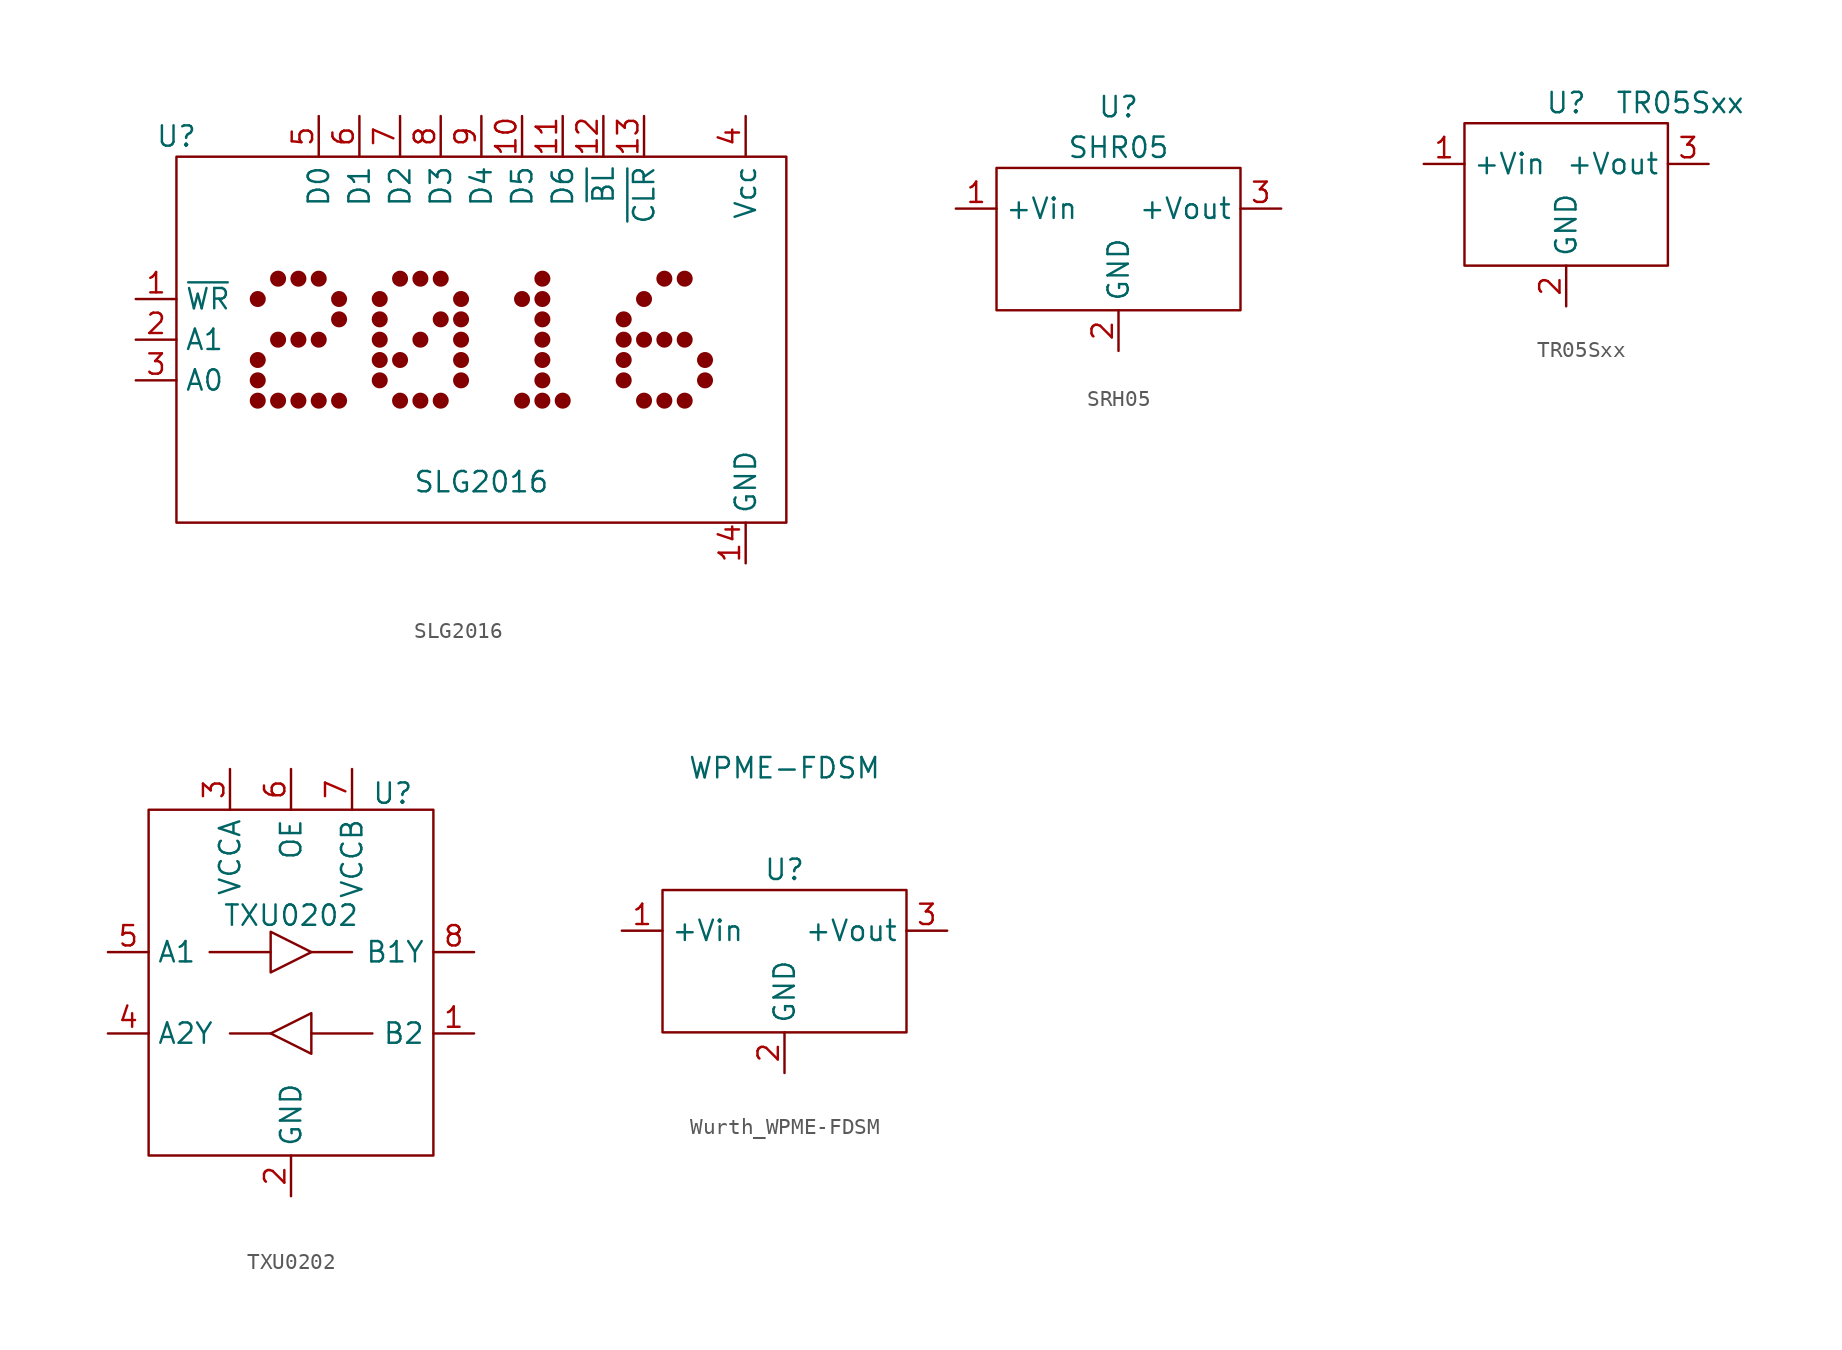
<source format=kicad_sym>
(kicad_symbol_lib
  (version 20231120)
  (generator "kicad_symbol_editor")
  (generator_version "8.0")
  (symbol "SLG2016"
    (property "Reference" "U"
      (at -19.05 12.7 0)
      (effects (font (size 1.27 1.27))))
    (property "Value" "SLG2016"
      (at 0 -8.89 0)
      (effects (font (size 1.27 1.27))))
    (symbol "SLG2016_0_1"
      (rectangle (start -19.05 11.43) (end 19.05 -11.43) (stroke (width 0) (type default)) (fill (type none))))
    (symbol "SLG2016_1_1"
      (circle (center -13.97 -3.81) (radius 0.0001) (stroke (width 0.5) (type default)) (fill (type none)))
      (circle (center -13.97 -2.54) (radius 0.0001) (stroke (width 0.5) (type default)) (fill (type none)))
      (circle (center -13.97 -1.27) (radius 0.0001) (stroke (width 0.5) (type default)) (fill (type none)))
      (circle (center -13.97 2.54) (radius 0.0001) (stroke (width 0.5) (type default)) (fill (type none)))
      (circle (center -12.7 -3.81) (radius 0.0001) (stroke (width 0.5) (type default)) (fill (type none)))
      (circle (center -12.7 0) (radius 0.0001) (stroke (width 0.5) (type default)) (fill (type none)))
      (circle (center -12.7 3.81) (radius 0.0001) (stroke (width 0.5) (type default)) (fill (type none)))
      (circle (center -11.43 -3.81) (radius 0.0001) (stroke (width 0.5) (type default)) (fill (type none)))
      (circle (center -11.43 0) (radius 0.0001) (stroke (width 0.5) (type default)) (fill (type none)))
      (circle (center -11.43 3.81) (radius 0.0001) (stroke (width 0.5) (type default)) (fill (type none)))
      (circle (center -10.16 -3.81) (radius 0.0001) (stroke (width 0.5) (type default)) (fill (type none)))
      (circle (center -10.16 0) (radius 0.0001) (stroke (width 0.5) (type default)) (fill (type none)))
      (circle (center -10.16 3.81) (radius 0.0001) (stroke (width 0.5) (type default)) (fill (type none)))
      (circle (center -8.89 -3.81) (radius 0.0001) (stroke (width 0.5) (type default)) (fill (type none)))
      (circle (center -8.89 1.27) (radius 0.0001) (stroke (width 0.5) (type default)) (fill (type none)))
      (circle (center -8.89 2.54) (radius 0.0001) (stroke (width 0.5) (type default)) (fill (type none)))
      (circle (center -6.35 -2.54) (radius 0.0001) (stroke (width 0.5) (type default)) (fill (type none)))
      (circle (center -6.35 -1.27) (radius 0.0001) (stroke (width 0.5) (type default)) (fill (type none)))
      (circle (center -6.35 0) (radius 0.0001) (stroke (width 0.5) (type default)) (fill (type none)))
      (circle (center -6.35 1.27) (radius 0.0001) (stroke (width 0.5) (type default)) (fill (type none)))
      (circle (center -6.35 2.54) (radius 0.0001) (stroke (width 0.5) (type default)) (fill (type none)))
      (circle (center -5.08 -3.81) (radius 0.0001) (stroke (width 0.5) (type default)) (fill (type none)))
      (circle (center -5.08 -1.27) (radius 0.0001) (stroke (width 0.5) (type default)) (fill (type none)))
      (circle (center -5.08 3.81) (radius 0.0001) (stroke (width 0.5) (type default)) (fill (type none)))
      (circle (center -3.81 -3.81) (radius 0.0001) (stroke (width 0.5) (type default)) (fill (type none)))
      (circle (center -3.81 0) (radius 0.0001) (stroke (width 0.5) (type default)) (fill (type none)))
      (circle (center -3.81 3.81) (radius 0.0001) (stroke (width 0.5) (type default)) (fill (type none)))
      (circle (center -2.54 -3.81) (radius 0.0001) (stroke (width 0.5) (type default)) (fill (type none)))
      (circle (center -2.54 1.27) (radius 0.0001) (stroke (width 0.5) (type default)) (fill (type none)))
      (circle (center -2.54 3.81) (radius 0.0001) (stroke (width 0.5) (type default)) (fill (type none)))
      (circle (center -1.27 -2.54) (radius 0.0001) (stroke (width 0.5) (type default)) (fill (type none)))
      (circle (center -1.27 -1.27) (radius 0.0001) (stroke (width 0.5) (type default)) (fill (type none)))
      (circle (center -1.27 0) (radius 0.0001) (stroke (width 0.5) (type default)) (fill (type none)))
      (circle (center -1.27 1.27) (radius 0.0001) (stroke (width 0.5) (type default)) (fill (type none)))
      (circle (center -1.27 2.54) (radius 0.0001) (stroke (width 0.5) (type default)) (fill (type none)))
      (circle (center 2.54 -3.81) (radius 0.0001) (stroke (width 0.5) (type default)) (fill (type none)))
      (circle (center 2.54 2.54) (radius 0.0001) (stroke (width 0.5) (type default)) (fill (type none)))
      (circle (center 3.81 -3.81) (radius 0.0001) (stroke (width 0.5) (type default)) (fill (type none)))
      (circle (center 3.81 -2.54) (radius 0.0001) (stroke (width 0.5) (type default)) (fill (type none)))
      (circle (center 3.81 -1.27) (radius 0.0001) (stroke (width 0.5) (type default)) (fill (type none)))
      (circle (center 3.81 0) (radius 0.0001) (stroke (width 0.5) (type default)) (fill (type none)))
      (circle (center 3.81 1.27) (radius 0.0001) (stroke (width 0.5) (type default)) (fill (type none)))
      (circle (center 3.81 2.54) (radius 0.0001) (stroke (width 0.5) (type default)) (fill (type none)))
      (circle (center 3.81 3.81) (radius 0.0001) (stroke (width 0.5) (type default)) (fill (type none)))
      (circle (center 5.08 -3.81) (radius 0.0001) (stroke (width 0.5) (type default)) (fill (type none)))
      (circle (center 8.89 -2.54) (radius 0.0001) (stroke (width 0.5) (type default)) (fill (type none)))
      (circle (center 8.89 -1.27) (radius 0.0001) (stroke (width 0.5) (type default)) (fill (type none)))
      (circle (center 8.89 0) (radius 0.0001) (stroke (width 0.5) (type default)) (fill (type none)))
      (circle (center 8.89 1.27) (radius 0.0001) (stroke (width 0.5) (type default)) (fill (type none)))
      (circle (center 10.16 -3.81) (radius 0.0001) (stroke (width 0.5) (type default)) (fill (type none)))
      (circle (center 10.16 0) (radius 0.0001) (stroke (width 0.5) (type default)) (fill (type none)))
      (circle (center 10.16 2.54) (radius 0.0001) (stroke (width 0.5) (type default)) (fill (type none)))
      (circle (center 11.43 -3.81) (radius 0.0001) (stroke (width 0.5) (type default)) (fill (type none)))
      (circle (center 11.43 0) (radius 0.0001) (stroke (width 0.5) (type default)) (fill (type none)))
      (circle (center 11.43 3.81) (radius 0.0001) (stroke (width 0.5) (type default)) (fill (type none)))
      (circle (center 12.7 -3.81) (radius 0.0001) (stroke (width 0.5) (type default)) (fill (type none)))
      (circle (center 12.7 0) (radius 0.0001) (stroke (width 0.5) (type default)) (fill (type none)))
      (circle (center 12.7 3.81) (radius 0.0001) (stroke (width 0.5) (type default)) (fill (type none)))
      (circle (center 13.97 -2.54) (radius 0.0001) (stroke (width 0.5) (type default)) (fill (type none)))
      (circle (center 13.97 -1.27) (radius 0.0001) (stroke (width 0.5) (type default)) (fill (type none)))
      (pin input line (at -21.59 2.54 0) (length 2.54) (name "~{WR}" (effects (font (size 1.27 1.27)))) (number "1" (effects (font (size 1.27 1.27)))))
      (pin input line (at 2.54 13.97 270) (length 2.54) (name "D5" (effects (font (size 1.27 1.27)))) (number "10" (effects (font (size 1.27 1.27)))))
      (pin input line (at 5.08 13.97 270) (length 2.54) (name "D6" (effects (font (size 1.27 1.27)))) (number "11" (effects (font (size 1.27 1.27)))))
      (pin input line (at 7.62 13.97 270) (length 2.54) (name "~{BL}" (effects (font (size 1.27 1.27)))) (number "12" (effects (font (size 1.27 1.27)))))
      (pin input line (at 10.16 13.97 270) (length 2.54) (name "~{CLR}" (effects (font (size 1.27 1.27)))) (number "13" (effects (font (size 1.27 1.27)))))
      (pin power_out line (at 16.51 -13.97 90) (length 2.54) (name "GND" (effects (font (size 1.27 1.27)))) (number "14" (effects (font (size 1.27 1.27)))))
      (pin input line (at -21.59 0 0) (length 2.54) (name "A1" (effects (font (size 1.27 1.27)))) (number "2" (effects (font (size 1.27 1.27)))))
      (pin input line (at -21.59 -2.54 0) (length 2.54) (name "A0" (effects (font (size 1.27 1.27)))) (number "3" (effects (font (size 1.27 1.27)))))
      (pin power_in line (at 16.51 13.97 270) (length 2.54) (name "Vcc" (effects (font (size 1.27 1.27)))) (number "4" (effects (font (size 1.27 1.27)))))
      (pin input line (at -10.16 13.97 270) (length 2.54) (name "D0" (effects (font (size 1.27 1.27)))) (number "5" (effects (font (size 1.27 1.27)))))
      (pin input line (at -7.62 13.97 270) (length 2.54) (name "D1" (effects (font (size 1.27 1.27)))) (number "6" (effects (font (size 1.27 1.27)))))
      (pin input line (at -5.08 13.97 270) (length 2.54) (name "D2" (effects (font (size 1.27 1.27)))) (number "7" (effects (font (size 1.27 1.27)))))
      (pin input line (at -2.54 13.97 270) (length 2.54) (name "D3" (effects (font (size 1.27 1.27)))) (number "8" (effects (font (size 1.27 1.27)))))
      (pin input line (at 0 13.97 270) (length 2.54) (name "D4" (effects (font (size 1.27 1.27)))) (number "9" (effects (font (size 1.27 1.27)))))))
  (symbol "SRH05"
    (property "Reference" "U"
      (at 0 7.62 0)
      (effects (font (size 1.27 1.27))))
    (property "Value" "SHR05"
      (at 0 5.08 0)
      (effects (font (size 1.27 1.27))))
    (symbol "SRH05_0_1"
      (rectangle (start -7.62 3.81) (end 7.62 -5.08) (stroke (width 0) (type default)) (fill (type none))))
    (symbol "SRH05_1_1"
      (pin power_in line (at -10.16 1.27 0) (length 2.54) (name "+Vin" (effects (font (size 1.27 1.27)))) (number "1" (effects (font (size 1.27 1.27)))))
      (pin power_out line (at 0 -7.62 90) (length 2.54) (name "GND" (effects (font (size 1.27 1.27)))) (number "2" (effects (font (size 1.27 1.27)))))
      (pin power_out line (at 10.16 1.27 180) (length 2.54) (name "+Vout" (effects (font (size 1.27 1.27)))) (number "3" (effects (font (size 1.27 1.27)))))))
  (symbol "TR05Sxx"
    (property "Reference" "U"
      (at 0 3.81 0)
      (effects (font (size 1.27 1.27))))
    (property "Value" "TR05Sxx"
      (at 7.112 3.81 0)
      (effects (font (size 1.27 1.27))))
    (symbol "TR05Sxx_0_1"
      (rectangle (start -6.35 2.54) (end 6.35 -6.35) (stroke (width 0) (type default)) (fill (type none))))
    (symbol "TR05Sxx_1_1"
      (pin power_in line (at -8.89 0 0) (length 2.54) (name "+Vin" (effects (font (size 1.27 1.27)))) (number "1" (effects (font (size 1.27 1.27)))))
      (pin power_out line (at 0 -8.89 90) (length 2.54) (name "GND" (effects (font (size 1.27 1.27)))) (number "2" (effects (font (size 1.27 1.27)))))
      (pin power_out line (at 8.89 0 180) (length 2.54) (name "+Vout" (effects (font (size 1.27 1.27)))) (number "3" (effects (font (size 1.27 1.27)))))))
  (symbol "TXU0202"
    (property "Reference" "U"
      (at 6.35 12.446 0)
      (effects (font (size 1.27 1.27))))
    (property "Value" "TXU0202"
      (at 0 4.826 0)
      (effects (font (size 1.27 1.27))))
    (symbol "TXU0202_0_1"
      (polyline (pts (xy -1.27 2.54) (xy -5.08 2.54)) (stroke (width 0) (type default)) (fill (type none)))
      (polyline (pts (xy 1.27 -2.54) (xy 5.08 -2.54)) (stroke (width 0) (type default)) (fill (type none)))
      (polyline (pts (xy -1.27 3.81) (xy -1.27 1.27) (xy 1.27 2.54) (xy -1.27 3.81)) (stroke (width 0) (type default)) (fill (type none)))
      (polyline (pts (xy 1.27 -1.27) (xy 1.27 -3.81) (xy -1.27 -2.54) (xy 1.27 -1.27)) (stroke (width 0) (type default)) (fill (type none))))
    (symbol "TXU0202_1_1"
      (rectangle (start -8.89 11.43) (end 8.89 -10.16) (stroke (width 0) (type default)) (fill (type none)))
      (polyline (pts (xy -1.27 -2.54) (xy -3.81 -2.54)) (stroke (width 0) (type default)) (fill (type none)))
      (polyline (pts (xy 1.27 2.54) (xy 3.81 2.54)) (stroke (width 0) (type default)) (fill (type none)))
      (pin input line (at 11.43 -2.54 180) (length 2.54) (name "B2" (effects (font (size 1.27 1.27)))) (number "1" (effects (font (size 1.27 1.27)))))
      (pin power_in line (at 0 -12.7 90) (length 2.54) (name "GND" (effects (font (size 1.27 1.27)))) (number "2" (effects (font (size 1.27 1.27)))))
      (pin power_in line (at -3.81 13.97 270) (length 2.54) (name "VCCA" (effects (font (size 1.27 1.27)))) (number "3" (effects (font (size 1.27 1.27)))))
      (pin output line (at -11.43 -2.54 0) (length 2.54) (name "A2Y" (effects (font (size 1.27 1.27)))) (number "4" (effects (font (size 1.27 1.27)))))
      (pin input line (at -11.43 2.54 0) (length 2.54) (name "A1" (effects (font (size 1.27 1.27)))) (number "5" (effects (font (size 1.27 1.27)))))
      (pin input line (at 0 13.97 270) (length 2.54) (name "OE" (effects (font (size 1.27 1.27)))) (number "6" (effects (font (size 1.27 1.27)))))
      (pin power_in line (at 3.81 13.97 270) (length 2.54) (name "VCCB" (effects (font (size 1.27 1.27)))) (number "7" (effects (font (size 1.27 1.27)))))
      (pin output line (at 11.43 2.54 180) (length 2.54) (name "B1Y" (effects (font (size 1.27 1.27)))) (number "8" (effects (font (size 1.27 1.27)))))))
  (symbol "Wurth_WPME-FDSM"
    (property "Reference" "U"
      (at 0 3.81 0)
      (effects (font (size 1.27 1.27))))
    (property "Value" "WPME-FDSM"
      (at 0 10.16 0)
      (effects (font (size 1.27 1.27))))
    (symbol "Wurth_WPME-FDSM_0_1"
      (rectangle (start -7.62 2.54) (end 7.62 -6.35) (stroke (width 0) (type default)) (fill (type none))))
    (symbol "Wurth_WPME-FDSM_1_1"
      (pin power_in line (at -10.16 0 0) (length 2.54) (name "+Vin" (effects (font (size 1.27 1.27)))) (number "1" (effects (font (size 1.27 1.27)))))
      (pin power_out line (at 0 -8.89 90) (length 2.54) (name "GND" (effects (font (size 1.27 1.27)))) (number "2" (effects (font (size 1.27 1.27)))))
      (pin power_out line (at 10.16 0 180) (length 2.54) (name "+Vout" (effects (font (size 1.27 1.27)))) (number "3" (effects (font (size 1.27 1.27))))))))
</source>
